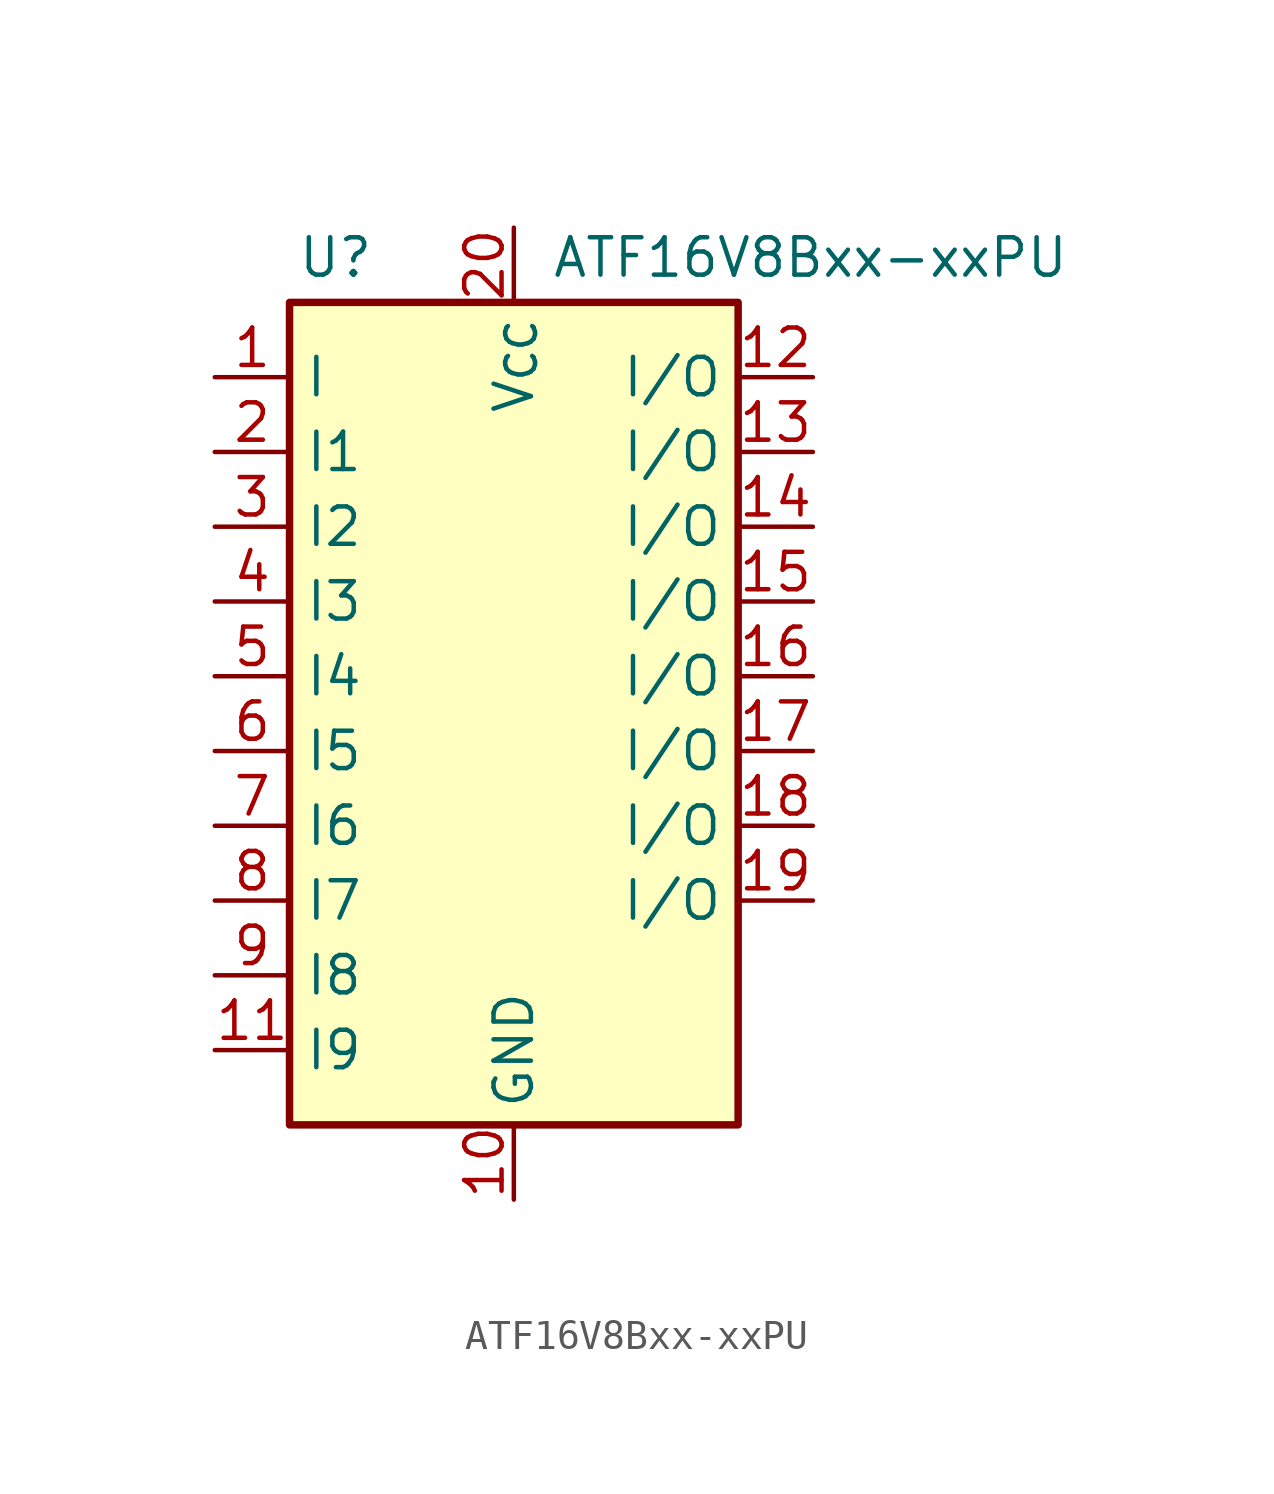
<source format=kicad_sym>
(kicad_symbol_lib
  (version 20241209)
  (generator "kicad_symbol_editor")
  (generator_version "9.0")
  (symbol "ATF16V8Bxx-xxPU"
    (property "Reference" "U"
      (at -7.366 16.764 0)
      (effects (font (size 1.27 1.27)) (justify left)))
    (property "Value" "ATF16V8Bxx-xxPU"
      (at 1.27 16.764 0)
      (effects (font (size 1.27 1.27)) (justify left)))
    (symbol "ATF16V8Bxx-xxPU_0_0"
      (pin power_in line (at 0 -15.24 90) (length 2.54) (name "GND" (effects (font (size 1.27 1.27)))) (number "10" (effects (font (size 1.27 1.27))))))
    (symbol "ATF16V8Bxx-xxPU_0_1"
      (rectangle (start -7.62 15.24) (end 7.62 -12.7) (stroke (width 0.254) (type default)) (fill (type background))))
    (symbol "ATF16V8Bxx-xxPU_1_0"
      (pin power_in line (at 0 17.78 270) (length 2.54) (name "V_{CC}" (effects (font (size 1.27 1.27)))) (number "20" (effects (font (size 1.27 1.27))))))
    (symbol "ATF16V8Bxx-xxPU_1_1"
      (pin input line (at -10.16 12.7 0) (length 2.54) (name "I" (effects (font (size 1.27 1.27)))) (number "1" (effects (font (size 1.27 1.27)))) (alternate "CLK" input line))
      (pin input line (at -10.16 10.16 0) (length 2.54) (name "I1" (effects (font (size 1.27 1.27)))) (number "2" (effects (font (size 1.27 1.27)))))
      (pin input line (at -10.16 7.62 0) (length 2.54) (name "I2" (effects (font (size 1.27 1.27)))) (number "3" (effects (font (size 1.27 1.27)))))
      (pin input line (at -10.16 5.08 0) (length 2.54) (name "I3" (effects (font (size 1.27 1.27)))) (number "4" (effects (font (size 1.27 1.27)))))
      (pin input line (at -10.16 2.54 0) (length 2.54) (name "I4" (effects (font (size 1.27 1.27)))) (number "5" (effects (font (size 1.27 1.27)))))
      (pin input line (at -10.16 0 0) (length 2.54) (name "I5" (effects (font (size 1.27 1.27)))) (number "6" (effects (font (size 1.27 1.27)))))
      (pin input line (at -10.16 -2.54 0) (length 2.54) (name "I6" (effects (font (size 1.27 1.27)))) (number "7" (effects (font (size 1.27 1.27)))))
      (pin input line (at -10.16 -5.08 0) (length 2.54) (name "I7" (effects (font (size 1.27 1.27)))) (number "8" (effects (font (size 1.27 1.27)))))
      (pin input line (at -10.16 -7.62 0) (length 2.54) (name "I8" (effects (font (size 1.27 1.27)))) (number "9" (effects (font (size 1.27 1.27)))))
      (pin input line (at -10.16 -10.16 0) (length 2.54) (name "I9" (effects (font (size 1.27 1.27)))) (number "11" (effects (font (size 1.27 1.27)))) (alternate "~{OE}" input line))
      (pin bidirectional line (at 10.16 12.7 180) (length 2.54) (name "I/O" (effects (font (size 1.27 1.27)))) (number "12" (effects (font (size 1.27 1.27)))))
      (pin bidirectional line (at 10.16 10.16 180) (length 2.54) (name "I/O" (effects (font (size 1.27 1.27)))) (number "13" (effects (font (size 1.27 1.27)))))
      (pin bidirectional line (at 10.16 7.62 180) (length 2.54) (name "I/O" (effects (font (size 1.27 1.27)))) (number "14" (effects (font (size 1.27 1.27)))))
      (pin bidirectional line (at 10.16 5.08 180) (length 2.54) (name "I/O" (effects (font (size 1.27 1.27)))) (number "15" (effects (font (size 1.27 1.27)))))
      (pin bidirectional line (at 10.16 2.54 180) (length 2.54) (name "I/O" (effects (font (size 1.27 1.27)))) (number "16" (effects (font (size 1.27 1.27)))))
      (pin bidirectional line (at 10.16 0 180) (length 2.54) (name "I/O" (effects (font (size 1.27 1.27)))) (number "17" (effects (font (size 1.27 1.27)))))
      (pin bidirectional line (at 10.16 -2.54 180) (length 2.54) (name "I/O" (effects (font (size 1.27 1.27)))) (number "18" (effects (font (size 1.27 1.27)))))
      (pin bidirectional line (at 10.16 -5.08 180) (length 2.54) (name "I/O" (effects (font (size 1.27 1.27)))) (number "19" (effects (font (size 1.27 1.27))))))))
</source>
